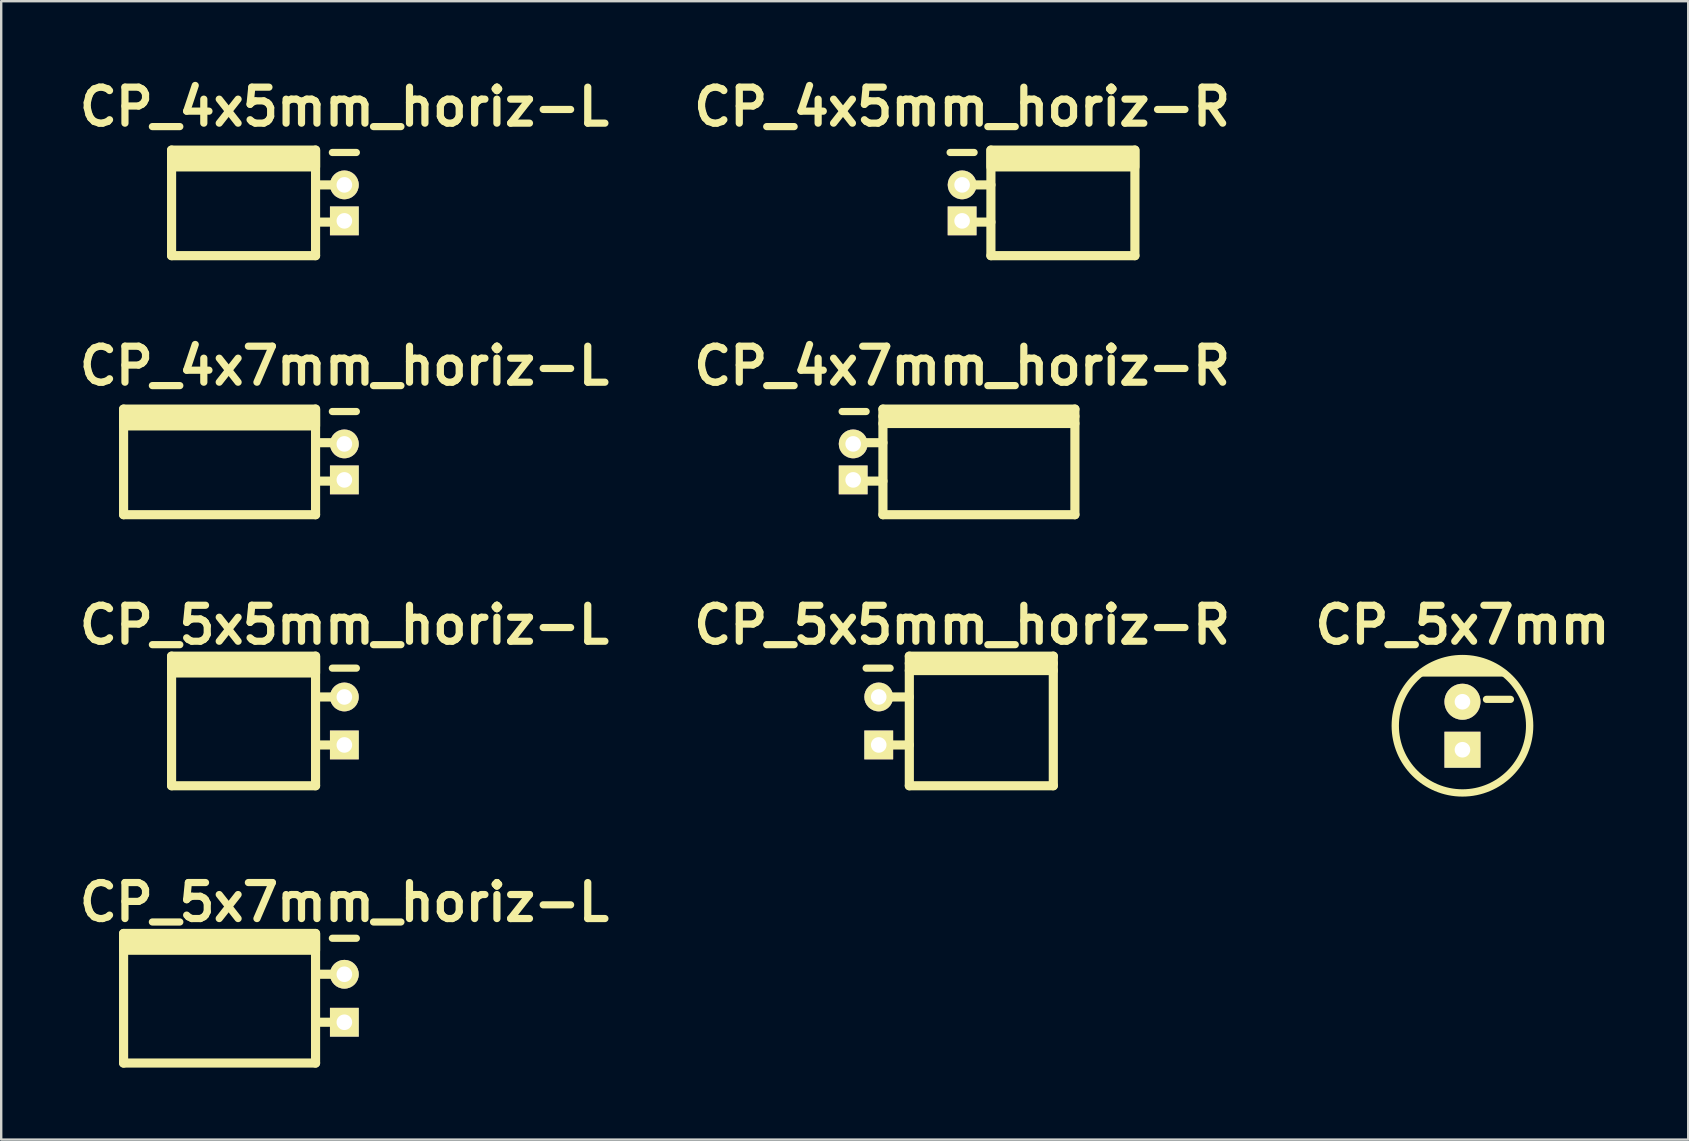
<source format=kicad_pcb>
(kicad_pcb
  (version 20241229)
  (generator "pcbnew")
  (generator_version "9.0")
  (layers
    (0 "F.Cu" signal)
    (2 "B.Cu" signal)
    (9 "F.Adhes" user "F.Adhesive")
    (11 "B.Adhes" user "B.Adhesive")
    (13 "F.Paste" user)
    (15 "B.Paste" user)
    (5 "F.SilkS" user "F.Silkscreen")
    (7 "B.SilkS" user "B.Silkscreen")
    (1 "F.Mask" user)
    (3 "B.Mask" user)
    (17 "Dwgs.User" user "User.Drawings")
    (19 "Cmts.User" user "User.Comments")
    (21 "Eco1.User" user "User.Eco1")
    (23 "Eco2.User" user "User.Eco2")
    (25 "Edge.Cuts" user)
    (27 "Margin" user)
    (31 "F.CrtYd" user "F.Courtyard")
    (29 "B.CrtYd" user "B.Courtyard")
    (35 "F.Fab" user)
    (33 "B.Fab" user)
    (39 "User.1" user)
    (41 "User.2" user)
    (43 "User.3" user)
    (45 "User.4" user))
  (footprint "CP_5x7mm_horiz-L"
    (layer "F.Cu")
    (at 11.3 38.549)
    (property "Reference" "CP_5x7mm_horiz-L" (at 0 -4 0) (layer "F.SilkS") (effects (font (size 1.5 1.5) (thickness 0.3))))
    (attr through_hole)
    (fp_line (start -9.2 -2.7) (end -9.2 2.7) (stroke (width 0.381) (type solid)) (layer "F.SilkS"))
    (fp_line (start -9.2 2.7) (end -1.2 2.7) (stroke (width 0.381) (type solid)) (layer "F.SilkS"))
    (fp_line (start -1.2 2.7) (end -1.2 -2.7) (stroke (width 0.381) (type solid)) (layer "F.SilkS"))
    (fp_line (start 0 -1) (end -1.2 -1) (stroke (width 0.381) (type solid)) (layer "F.SilkS"))
    (fp_line (start 0 1) (end -1.2 1) (stroke (width 0.381) (type solid)) (layer "F.SilkS"))
    (fp_line (start 0.5 -2.5) (end -0.5 -2.5) (stroke (width 0.3) (type solid)) (layer "F.SilkS"))
    (fp_poly (pts (xy -1.2 -2) (xy -9.2 -2) (xy -9.2 -2.7) (xy -1.2 -2.7)) (stroke (width 0.381) (type solid)) (fill yes) (layer "F.SilkS"))
    (pad "1" thru_hole rect (at 0 1) (size 1.2 1.2) (drill 0.65) (layers "*.Cu" "*.Mask" "F.SilkS"))
    (pad "2" thru_hole circle (at 0 -1) (size 1.2 1.2) (drill 0.65) (layers "*.Cu" "*.Mask" "F.SilkS")))
  (footprint "CP_5x5mm_horiz-R"
    (layer "F.Cu")
    (at 37.043 26.993)
    (property "Reference" "CP_5x5mm_horiz-R" (at 0 -4 0) (layer "F.SilkS") (effects (font (size 1.5 1.5) (thickness 0.3))))
    (attr through_hole)
    (fp_line (start -4 -2.2) (end -3 -2.2) (stroke (width 0.3) (type solid)) (layer "F.SilkS"))
    (fp_line (start -3.475 -1) (end -2.2 -1) (stroke (width 0.381) (type solid)) (layer "F.SilkS"))
    (fp_line (start -3.475 1) (end -2.2 1) (stroke (width 0.381) (type solid)) (layer "F.SilkS"))
    (fp_line (start -2.2 -2.4) (end 3.8 -2.4) (stroke (width 0.381) (type solid)) (layer "F.SilkS"))
    (fp_line (start -2.2 -2.1) (end 3.8 -2.1) (stroke (width 0.381) (type solid)) (layer "F.SilkS"))
    (fp_line (start -2.2 2.7) (end -2.2 -2.7) (stroke (width 0.381) (type solid)) (layer "F.SilkS"))
    (fp_line (start 3.8 -2.7) (end -2.2 -2.7) (stroke (width 0.381) (type solid)) (layer "F.SilkS"))
    (fp_line (start 3.8 -2.7) (end 3.8 2.7) (stroke (width 0.381) (type solid)) (layer "F.SilkS"))
    (fp_line (start 3.8 2.7) (end -2.2 2.7) (stroke (width 0.381) (type solid)) (layer "F.SilkS"))
    (pad "1" thru_hole rect (at -3.475 1) (size 1.2 1.2) (drill 0.65) (layers "*.Cu" "*.Mask" "F.SilkS"))
    (pad "2" thru_hole circle (at -3.475 -1) (size 1.2 1.2) (drill 0.65) (layers "*.Cu" "*.Mask" "F.SilkS")))
  (footprint "CP_4x5mm_horiz-R"
    (layer "F.Cu")
    (at 37.043 5.404)
    (property "Reference" "CP_4x5mm_horiz-R" (at 0 -4 0) (layer "F.SilkS") (effects (font (size 1.5 1.5) (thickness 0.3))))
    (attr through_hole)
    (fp_line (start -0.5 -2.1) (end 0.5 -2.1) (stroke (width 0.3) (type solid)) (layer "F.SilkS"))
    (fp_line (start 0 -0.75) (end 1.2 -0.75) (stroke (width 0.381) (type solid)) (layer "F.SilkS"))
    (fp_line (start 0 0.8) (end 1.2 0.8) (stroke (width 0.381) (type solid)) (layer "F.SilkS"))
    (fp_line (start 1.2 2.2) (end 1.2 -2.2) (stroke (width 0.381) (type solid)) (layer "F.SilkS"))
    (fp_line (start 7.2 -2.2) (end 7.2 2.2) (stroke (width 0.381) (type solid)) (layer "F.SilkS"))
    (fp_line (start 7.2 2.2) (end 1.2 2.2) (stroke (width 0.381) (type solid)) (layer "F.SilkS"))
    (fp_poly (pts (xy 7.2 -1.5) (xy 1.2 -1.5) (xy 1.2 -2.2) (xy 7.2 -2.2)) (stroke (width 0.381) (type solid)) (fill yes) (layer "F.SilkS"))
    (pad "1" thru_hole rect (at 0 0.75) (size 1.2 1.2) (drill 0.65) (layers "*.Cu" "*.Mask" "F.SilkS"))
    (pad "2" thru_hole circle (at 0 -0.75) (size 1.2 1.2) (drill 0.65) (layers "*.Cu" "*.Mask" "F.SilkS")))
  (footprint "CP_4x7mm_horiz-R"
    (layer "F.Cu")
    (at 37.043 16.198)
    (property "Reference" "CP_4x7mm_horiz-R" (at 0 -4 0) (layer "F.SilkS") (effects (font (size 1.5 1.5) (thickness 0.3))))
    (attr through_hole)
    (fp_line (start -5 -2.1) (end -4 -2.1) (stroke (width 0.3) (type solid)) (layer "F.SilkS"))
    (fp_line (start -4.5 -0.8) (end -3.3 -0.8) (stroke (width 0.381) (type solid)) (layer "F.SilkS"))
    (fp_line (start -4.5 0.8) (end -3.3 0.8) (stroke (width 0.381) (type solid)) (layer "F.SilkS"))
    (fp_line (start -3.3 -1.9) (end 4.7 -1.9) (stroke (width 0.381) (type solid)) (layer "F.SilkS"))
    (fp_line (start -3.3 -1.6) (end 4.7 -1.6) (stroke (width 0.381) (type solid)) (layer "F.SilkS"))
    (fp_line (start -3.3 2.2) (end -3.3 -2.2) (stroke (width 0.381) (type solid)) (layer "F.SilkS"))
    (fp_line (start 4.7 -2.2) (end -3.3 -2.2) (stroke (width 0.381) (type solid)) (layer "F.SilkS"))
    (fp_line (start 4.7 -2.2) (end 4.7 2.2) (stroke (width 0.381) (type solid)) (layer "F.SilkS"))
    (fp_line (start 4.7 2.2) (end -3.3 2.2) (stroke (width 0.381) (type solid)) (layer "F.SilkS"))
    (pad "1" thru_hole rect (at -4.54 0.75) (size 1.2 1.2) (drill 0.65) (layers "*.Cu" "*.Mask" "F.SilkS"))
    (pad "2" thru_hole circle (at -4.54 -0.75) (size 1.2 1.2) (drill 0.65) (layers "*.Cu" "*.Mask" "F.SilkS")))
  (footprint "CP_4x7mm_horiz-L"
    (layer "F.Cu")
    (at 11.3 16.198)
    (property "Reference" "CP_4x7mm_horiz-L" (at 0 -4 0) (layer "F.SilkS") (effects (font (size 1.5 1.5) (thickness 0.3))))
    (attr through_hole)
    (fp_line (start -9.2 -2.2) (end -9.2 2.2) (stroke (width 0.381) (type solid)) (layer "F.SilkS"))
    (fp_line (start -9.2 2.2) (end -1.2 2.2) (stroke (width 0.381) (type solid)) (layer "F.SilkS"))
    (fp_line (start -1.2 2.2) (end -1.2 -2.2) (stroke (width 0.381) (type solid)) (layer "F.SilkS"))
    (fp_line (start 0 -0.8) (end -1.2 -0.8) (stroke (width 0.381) (type solid)) (layer "F.SilkS"))
    (fp_line (start 0 0.8) (end -1.2 0.8) (stroke (width 0.381) (type solid)) (layer "F.SilkS"))
    (fp_line (start 0.5 -2.1) (end -0.5 -2.1) (stroke (width 0.3) (type solid)) (layer "F.SilkS"))
    (fp_poly (pts (xy -1.2 -1.5) (xy -9.2 -1.5) (xy -9.2 -2.2) (xy -1.2 -2.2)) (stroke (width 0.381) (type solid)) (fill yes) (layer "F.SilkS"))
    (pad "1" thru_hole rect (at 0 0.75) (size 1.2 1.2) (drill 0.65) (layers "*.Cu" "*.Mask" "F.SilkS"))
    (pad "2" thru_hole circle (at 0 -0.75) (size 1.2 1.2) (drill 0.65) (layers "*.Cu" "*.Mask" "F.SilkS")))
  (footprint "CP_5x7mm"
    (layer "F.Cu")
    (at 57.893 27.193)
    (property "Reference" "CP_5x7mm" (at 0 -4.2 0) (layer "F.SilkS") (effects (font (size 1.5 1.5) (thickness 0.3))))
    (attr through_hole)
    (fp_line (start -1.7 -2.2) (end 1.7 -2.2) (stroke (width 0.305) (type solid)) (layer "F.SilkS"))
    (fp_line (start -1.3 -2.4) (end 1.3 -2.4) (stroke (width 0.305) (type solid)) (layer "F.SilkS"))
    (fp_line (start -0.8 -2.6) (end 0.8 -2.6) (stroke (width 0.305) (type solid)) (layer "F.SilkS"))
    (fp_line (start 1 -1.1) (end 2 -1.1) (stroke (width 0.3) (type solid)) (layer "F.SilkS"))
    (fp_circle (center 0 0) (end 2.8 0) (stroke (width 0.305) (type solid)) (fill no) (layer "F.SilkS"))
    (pad "1" thru_hole rect (at 0 1) (size 1.5 1.5) (drill 0.65) (layers "*.Cu" "*.Mask" "F.SilkS"))
    (pad "2" thru_hole circle (at 0 -1) (size 1.5 1.5) (drill 0.65) (layers "*.Cu" "*.Mask" "F.SilkS")))
  (footprint "CP_5x5mm_horiz-L"
    (layer "F.Cu")
    (at 11.3 26.993)
    (property "Reference" "CP_5x5mm_horiz-L" (at 0 -4 0) (layer "F.SilkS") (effects (font (size 1.5 1.5) (thickness 0.3))))
    (attr through_hole)
    (fp_line (start -7.2 -2.7) (end -7.2 2.7) (stroke (width 0.381) (type solid)) (layer "F.SilkS"))
    (fp_line (start -7.2 2.7) (end -1.2 2.7) (stroke (width 0.381) (type solid)) (layer "F.SilkS"))
    (fp_line (start -1.2 2.7) (end -1.2 -2.7) (stroke (width 0.381) (type solid)) (layer "F.SilkS"))
    (fp_line (start 0 -1) (end -1.2 -1) (stroke (width 0.381) (type solid)) (layer "F.SilkS"))
    (fp_line (start 0 1) (end -1.2 1) (stroke (width 0.381) (type solid)) (layer "F.SilkS"))
    (fp_line (start 0.5 -2.2) (end -0.5 -2.2) (stroke (width 0.3) (type solid)) (layer "F.SilkS"))
    (fp_poly (pts (xy -1.2 -2) (xy -7.2 -2) (xy -7.2 -2.7) (xy -1.2 -2.7)) (stroke (width 0.381) (type solid)) (fill yes) (layer "F.SilkS"))
    (pad "1" thru_hole rect (at 0 1) (size 1.2 1.2) (drill 0.65) (layers "*.Cu" "*.Mask" "F.SilkS"))
    (pad "2" thru_hole circle (at 0 -1) (size 1.2 1.2) (drill 0.65) (layers "*.Cu" "*.Mask" "F.SilkS")))
  (footprint "CP_4x5mm_horiz-L"
    (layer "F.Cu")
    (at 11.3 5.404)
    (property "Reference" "CP_4x5mm_horiz-L" (at 0 -4 0) (layer "F.SilkS") (effects (font (size 1.5 1.5) (thickness 0.3))))
    (attr through_hole)
    (fp_line (start -7.2 -2.2) (end -7.2 2.2) (stroke (width 0.381) (type solid)) (layer "F.SilkS"))
    (fp_line (start -7.2 2.2) (end -1.2 2.2) (stroke (width 0.381) (type solid)) (layer "F.SilkS"))
    (fp_line (start -1.2 -0.75) (end 0 -0.75) (stroke (width 0.381) (type solid)) (layer "F.SilkS"))
    (fp_line (start -1.2 0.8) (end 0 0.8) (stroke (width 0.381) (type solid)) (layer "F.SilkS"))
    (fp_line (start -1.2 2.2) (end -1.2 -2.2) (stroke (width 0.381) (type solid)) (layer "F.SilkS"))
    (fp_line (start 0.5 -2.1) (end -0.5 -2.1) (stroke (width 0.3) (type solid)) (layer "F.SilkS"))
    (fp_poly (pts (xy -1.2 -1.5) (xy -7.2 -1.5) (xy -7.2 -2.2) (xy -1.2 -2.2)) (stroke (width 0.381) (type solid)) (fill yes) (layer "F.SilkS"))
    (pad "1" thru_hole rect (at 0 0.75) (size 1.2 1.2) (drill 0.65) (layers "*.Cu" "*.Mask" "F.SilkS"))
    (pad "2" thru_hole circle (at 0 -0.75) (size 1.2 1.2) (drill 0.65) (layers "*.Cu" "*.Mask" "F.SilkS")))
  (gr_rect
    (start -3 -3)
    (end 67.3 44.44)
    (stroke (width 0.1) (type default))
    (fill no)
    (layer "Edge.Cuts")))
</source>
